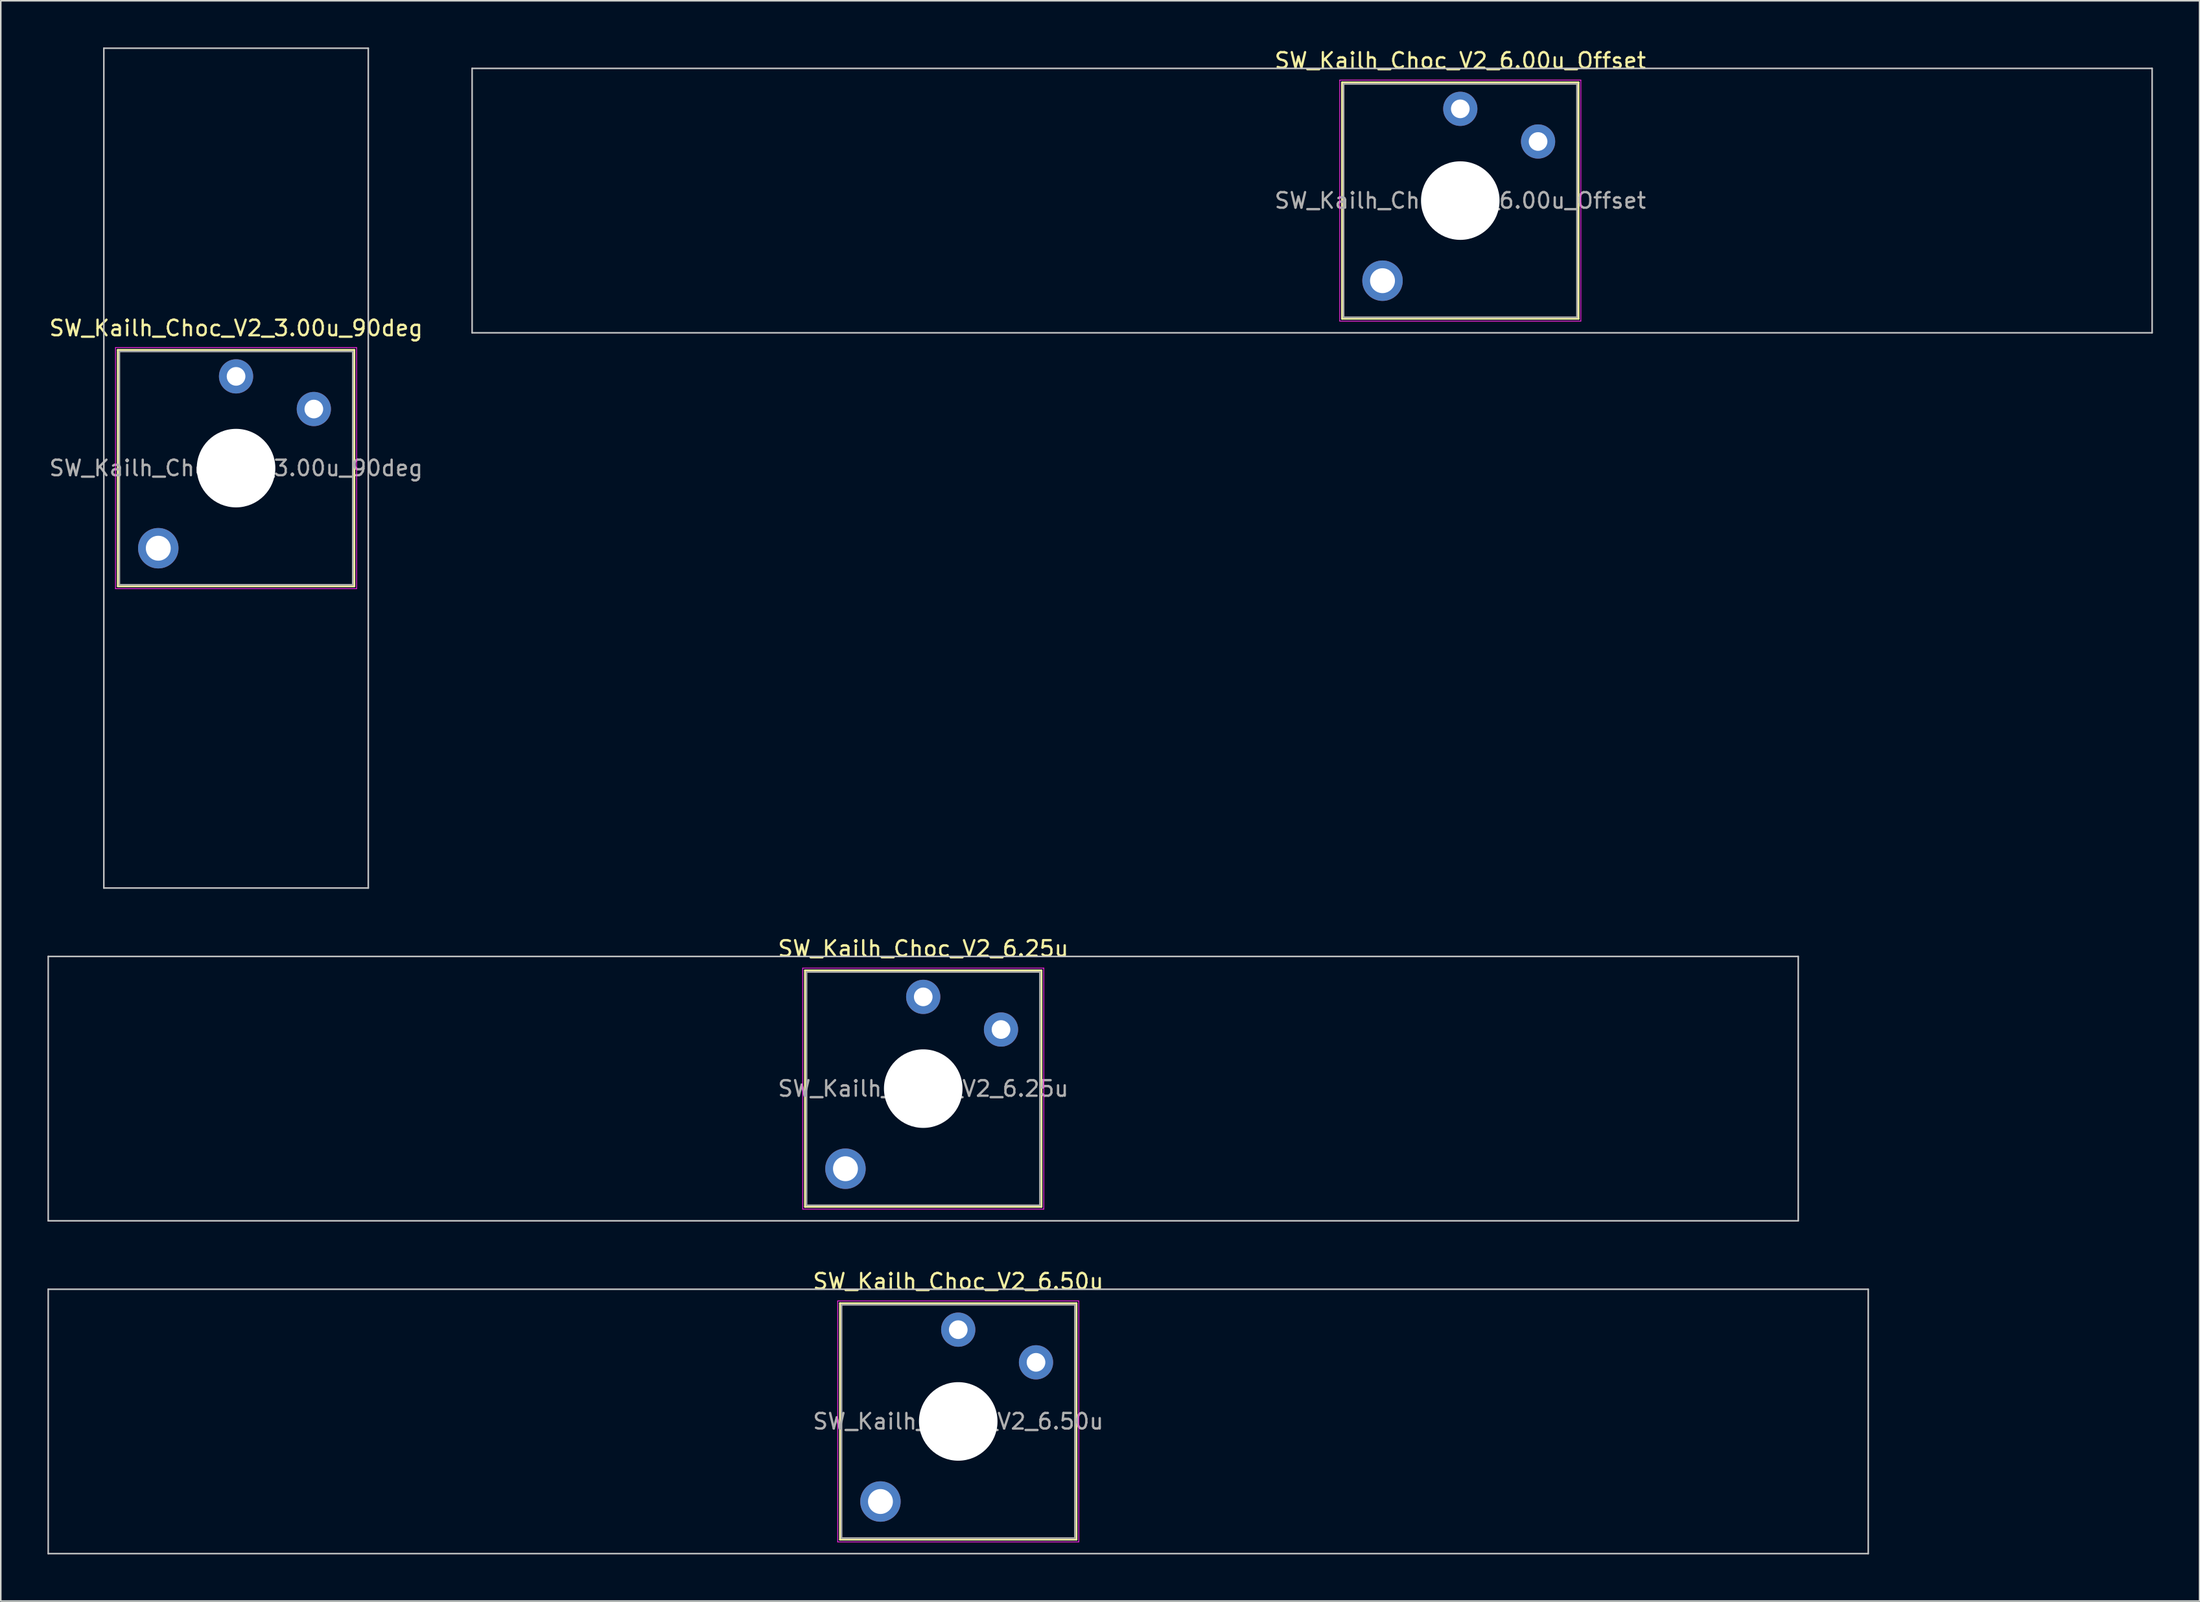
<source format=kicad_pcb>
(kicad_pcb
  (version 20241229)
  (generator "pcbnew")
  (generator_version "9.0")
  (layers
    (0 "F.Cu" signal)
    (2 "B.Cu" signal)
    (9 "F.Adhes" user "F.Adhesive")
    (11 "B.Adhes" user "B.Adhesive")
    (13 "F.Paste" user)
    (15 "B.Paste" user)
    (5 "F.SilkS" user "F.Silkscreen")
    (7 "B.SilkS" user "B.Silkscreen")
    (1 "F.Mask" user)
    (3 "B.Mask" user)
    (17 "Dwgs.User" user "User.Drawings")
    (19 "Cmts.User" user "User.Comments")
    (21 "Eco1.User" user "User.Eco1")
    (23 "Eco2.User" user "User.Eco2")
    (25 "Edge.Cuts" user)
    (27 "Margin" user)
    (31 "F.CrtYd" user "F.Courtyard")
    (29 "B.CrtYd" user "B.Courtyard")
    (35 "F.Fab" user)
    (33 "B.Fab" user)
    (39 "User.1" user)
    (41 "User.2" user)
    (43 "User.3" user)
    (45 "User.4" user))
  (footprint "SW_Kailh_Choc_V2_6.25u"
    (layer "F.Cu")
    (at 56.3 66.948)
    (property "Reference" "SW_Kailh_Choc_V2_6.25u" (at 0 -9 0) (layer "F.SilkS") (effects (font (size 1 1) (thickness 0.15))))
    (attr through_hole)
    (fp_line (start -7.6 -7.6) (end -7.6 7.6) (stroke (width 0.12) (type solid)) (layer "F.SilkS"))
    (fp_line (start -7.6 7.6) (end 7.6 7.6) (stroke (width 0.12) (type solid)) (layer "F.SilkS"))
    (fp_line (start 7.6 -7.6) (end -7.6 -7.6) (stroke (width 0.12) (type solid)) (layer "F.SilkS"))
    (fp_line (start 7.6 7.6) (end 7.6 -7.6) (stroke (width 0.12) (type solid)) (layer "F.SilkS"))
    (fp_line (start -56.25 -8.5) (end -56.25 8.5) (stroke (width 0.1) (type solid)) (layer "Dwgs.User"))
    (fp_line (start -56.25 8.5) (end 56.25 8.5) (stroke (width 0.1) (type solid)) (layer "Dwgs.User"))
    (fp_line (start 56.25 -8.5) (end -56.25 -8.5) (stroke (width 0.1) (type solid)) (layer "Dwgs.User"))
    (fp_line (start 56.25 8.5) (end 56.25 -8.5) (stroke (width 0.1) (type solid)) (layer "Dwgs.User"))
    (fp_line (start -7.25 -7.25) (end -7.25 7.25) (stroke (width 0.1) (type solid)) (layer "Eco1.User"))
    (fp_line (start -7.25 7.25) (end 7.25 7.25) (stroke (width 0.1) (type solid)) (layer "Eco1.User"))
    (fp_line (start 7.25 -7.25) (end -7.25 -7.25) (stroke (width 0.1) (type solid)) (layer "Eco1.User"))
    (fp_line (start 7.25 7.25) (end 7.25 -7.25) (stroke (width 0.1) (type solid)) (layer "Eco1.User"))
    (fp_line (start -7.75 -7.75) (end -7.75 7.75) (stroke (width 0.05) (type solid)) (layer "F.CrtYd"))
    (fp_line (start -7.75 7.75) (end 7.75 7.75) (stroke (width 0.05) (type solid)) (layer "F.CrtYd"))
    (fp_line (start 7.75 -7.75) (end -7.75 -7.75) (stroke (width 0.05) (type solid)) (layer "F.CrtYd"))
    (fp_line (start 7.75 7.75) (end 7.75 -7.75) (stroke (width 0.05) (type solid)) (layer "F.CrtYd"))
    (fp_line (start -7.5 -7.5) (end -7.5 7.5) (stroke (width 0.1) (type solid)) (layer "F.Fab"))
    (fp_line (start -7.5 7.5) (end 7.5 7.5) (stroke (width 0.1) (type solid)) (layer "F.Fab"))
    (fp_line (start 7.5 -7.5) (end -7.5 -7.5) (stroke (width 0.1) (type solid)) (layer "F.Fab"))
    (fp_line (start 7.5 7.5) (end 7.5 -7.5) (stroke (width 0.1) (type solid)) (layer "F.Fab"))
    (fp_text user "${REFERENCE}" (at 0 0 0) (layer "F.Fab") (effects (font (size 1 1) (thickness 0.15))))
    (pad "" smd circle (at -5 5.15) (size 1.65 1.65) (layers "F.Mask"))
    (pad "" thru_hole circle (at -5 5.15) (size 2.6 2.6) (drill 1.6) (layers "*.Cu" "B.Mask"))
    (pad "" smd circle (at 0 -5.9) (size 1.25 1.25) (layers "F.Mask"))
    (pad "" np_thru_hole circle (at 0 0) (size 5.05 5.05) (drill 5.05) (layers "*.Cu" "*.Mask"))
    (pad "" smd circle (at 5 -3.8) (size 1.25 1.25) (layers "F.Mask"))
    (pad "1" thru_hole circle (at 0 -5.9) (size 2.2 2.2) (drill 1.2) (layers "*.Cu" "B.Mask"))
    (pad "2" thru_hole circle (at 5 -3.8) (size 2.2 2.2) (drill 1.2) (layers "*.Cu" "B.Mask")))
  (footprint "SW_Kailh_Choc_V2_3.00u_90deg"
    (layer "F.Cu")
    (at 12.125 27.05)
    (property "Reference" "SW_Kailh_Choc_V2_3.00u_90deg" (at 0 -9 0) (layer "F.SilkS") (effects (font (size 1 1) (thickness 0.15))))
    (attr through_hole)
    (fp_line (start -7.6 -7.6) (end -7.6 7.6) (stroke (width 0.12) (type solid)) (layer "F.SilkS"))
    (fp_line (start -7.6 7.6) (end 7.6 7.6) (stroke (width 0.12) (type solid)) (layer "F.SilkS"))
    (fp_line (start 7.6 -7.6) (end -7.6 -7.6) (stroke (width 0.12) (type solid)) (layer "F.SilkS"))
    (fp_line (start 7.6 7.6) (end 7.6 -7.6) (stroke (width 0.12) (type solid)) (layer "F.SilkS"))
    (fp_line (start -8.5 -27) (end 8.5 -27) (stroke (width 0.1) (type solid)) (layer "Dwgs.User"))
    (fp_line (start -8.5 27) (end -8.5 -27) (stroke (width 0.1) (type solid)) (layer "Dwgs.User"))
    (fp_line (start 8.5 -27) (end 8.5 27) (stroke (width 0.1) (type solid)) (layer "Dwgs.User"))
    (fp_line (start 8.5 27) (end -8.5 27) (stroke (width 0.1) (type solid)) (layer "Dwgs.User"))
    (fp_line (start -7.25 -7.25) (end -7.25 7.25) (stroke (width 0.1) (type solid)) (layer "Eco1.User"))
    (fp_line (start -7.25 7.25) (end 7.25 7.25) (stroke (width 0.1) (type solid)) (layer "Eco1.User"))
    (fp_line (start 7.25 -7.25) (end -7.25 -7.25) (stroke (width 0.1) (type solid)) (layer "Eco1.User"))
    (fp_line (start 7.25 7.25) (end 7.25 -7.25) (stroke (width 0.1) (type solid)) (layer "Eco1.User"))
    (fp_line (start -7.75 -7.75) (end -7.75 7.75) (stroke (width 0.05) (type solid)) (layer "F.CrtYd"))
    (fp_line (start -7.75 7.75) (end 7.75 7.75) (stroke (width 0.05) (type solid)) (layer "F.CrtYd"))
    (fp_line (start 7.75 -7.75) (end -7.75 -7.75) (stroke (width 0.05) (type solid)) (layer "F.CrtYd"))
    (fp_line (start 7.75 7.75) (end 7.75 -7.75) (stroke (width 0.05) (type solid)) (layer "F.CrtYd"))
    (fp_line (start -7.5 -7.5) (end -7.5 7.5) (stroke (width 0.1) (type solid)) (layer "F.Fab"))
    (fp_line (start -7.5 7.5) (end 7.5 7.5) (stroke (width 0.1) (type solid)) (layer "F.Fab"))
    (fp_line (start 7.5 -7.5) (end -7.5 -7.5) (stroke (width 0.1) (type solid)) (layer "F.Fab"))
    (fp_line (start 7.5 7.5) (end 7.5 -7.5) (stroke (width 0.1) (type solid)) (layer "F.Fab"))
    (fp_text user "${REFERENCE}" (at 0 0 0) (layer "F.Fab") (effects (font (size 1 1) (thickness 0.15))))
    (pad "" smd circle (at -5 5.15) (size 1.65 1.65) (layers "F.Mask"))
    (pad "" thru_hole circle (at -5 5.15) (size 2.6 2.6) (drill 1.6) (layers "*.Cu" "B.Mask"))
    (pad "" smd circle (at 0 -5.9) (size 1.25 1.25) (layers "F.Mask"))
    (pad "" np_thru_hole circle (at 0 0) (size 5.05 5.05) (drill 5.05) (layers "*.Cu" "*.Mask"))
    (pad "" smd circle (at 5 -3.8) (size 1.25 1.25) (layers "F.Mask"))
    (pad "1" thru_hole circle (at 0 -5.9) (size 2.2 2.2) (drill 1.2) (layers "*.Cu" "B.Mask"))
    (pad "2" thru_hole circle (at 5 -3.8) (size 2.2 2.2) (drill 1.2) (layers "*.Cu" "B.Mask")))
  (footprint "SW_Kailh_Choc_V2_6.50u"
    (layer "F.Cu")
    (at 58.55 88.347)
    (property "Reference" "SW_Kailh_Choc_V2_6.50u" (at 0 -9 0) (layer "F.SilkS") (effects (font (size 1 1) (thickness 0.15))))
    (attr through_hole)
    (fp_line (start -7.6 -7.6) (end -7.6 7.6) (stroke (width 0.12) (type solid)) (layer "F.SilkS"))
    (fp_line (start -7.6 7.6) (end 7.6 7.6) (stroke (width 0.12) (type solid)) (layer "F.SilkS"))
    (fp_line (start 7.6 -7.6) (end -7.6 -7.6) (stroke (width 0.12) (type solid)) (layer "F.SilkS"))
    (fp_line (start 7.6 7.6) (end 7.6 -7.6) (stroke (width 0.12) (type solid)) (layer "F.SilkS"))
    (fp_line (start -58.5 -8.5) (end -58.5 8.5) (stroke (width 0.1) (type solid)) (layer "Dwgs.User"))
    (fp_line (start -58.5 8.5) (end 58.5 8.5) (stroke (width 0.1) (type solid)) (layer "Dwgs.User"))
    (fp_line (start 58.5 -8.5) (end -58.5 -8.5) (stroke (width 0.1) (type solid)) (layer "Dwgs.User"))
    (fp_line (start 58.5 8.5) (end 58.5 -8.5) (stroke (width 0.1) (type solid)) (layer "Dwgs.User"))
    (fp_line (start -7.25 -7.25) (end -7.25 7.25) (stroke (width 0.1) (type solid)) (layer "Eco1.User"))
    (fp_line (start -7.25 7.25) (end 7.25 7.25) (stroke (width 0.1) (type solid)) (layer "Eco1.User"))
    (fp_line (start 7.25 -7.25) (end -7.25 -7.25) (stroke (width 0.1) (type solid)) (layer "Eco1.User"))
    (fp_line (start 7.25 7.25) (end 7.25 -7.25) (stroke (width 0.1) (type solid)) (layer "Eco1.User"))
    (fp_line (start -7.75 -7.75) (end -7.75 7.75) (stroke (width 0.05) (type solid)) (layer "F.CrtYd"))
    (fp_line (start -7.75 7.75) (end 7.75 7.75) (stroke (width 0.05) (type solid)) (layer "F.CrtYd"))
    (fp_line (start 7.75 -7.75) (end -7.75 -7.75) (stroke (width 0.05) (type solid)) (layer "F.CrtYd"))
    (fp_line (start 7.75 7.75) (end 7.75 -7.75) (stroke (width 0.05) (type solid)) (layer "F.CrtYd"))
    (fp_line (start -7.5 -7.5) (end -7.5 7.5) (stroke (width 0.1) (type solid)) (layer "F.Fab"))
    (fp_line (start -7.5 7.5) (end 7.5 7.5) (stroke (width 0.1) (type solid)) (layer "F.Fab"))
    (fp_line (start 7.5 -7.5) (end -7.5 -7.5) (stroke (width 0.1) (type solid)) (layer "F.Fab"))
    (fp_line (start 7.5 7.5) (end 7.5 -7.5) (stroke (width 0.1) (type solid)) (layer "F.Fab"))
    (fp_text user "${REFERENCE}" (at 0 0 0) (layer "F.Fab") (effects (font (size 1 1) (thickness 0.15))))
    (pad "" smd circle (at -5 5.15) (size 1.65 1.65) (layers "F.Mask"))
    (pad "" thru_hole circle (at -5 5.15) (size 2.6 2.6) (drill 1.6) (layers "*.Cu" "B.Mask"))
    (pad "" smd circle (at 0 -5.9) (size 1.25 1.25) (layers "F.Mask"))
    (pad "" np_thru_hole circle (at 0 0) (size 5.05 5.05) (drill 5.05) (layers "*.Cu" "*.Mask"))
    (pad "" smd circle (at 5 -3.8) (size 1.25 1.25) (layers "F.Mask"))
    (pad "1" thru_hole circle (at 0 -5.9) (size 2.2 2.2) (drill 1.2) (layers "*.Cu" "B.Mask"))
    (pad "2" thru_hole circle (at 5 -3.8) (size 2.2 2.2) (drill 1.2) (layers "*.Cu" "B.Mask")))
  (footprint "SW_Kailh_Choc_V2_6.00u_Offset"
    (layer "F.Cu")
    (at 90.825 9.848)
    (property "Reference" "SW_Kailh_Choc_V2_6.00u_Offset" (at 0 -9 0) (layer "F.SilkS") (effects (font (size 1 1) (thickness 0.15))))
    (attr through_hole)
    (fp_line (start -7.6 -7.6) (end -7.6 7.6) (stroke (width 0.12) (type solid)) (layer "F.SilkS"))
    (fp_line (start -7.6 7.6) (end 7.6 7.6) (stroke (width 0.12) (type solid)) (layer "F.SilkS"))
    (fp_line (start 7.6 -7.6) (end -7.6 -7.6) (stroke (width 0.12) (type solid)) (layer "F.SilkS"))
    (fp_line (start 7.6 7.6) (end 7.6 -7.6) (stroke (width 0.12) (type solid)) (layer "F.SilkS"))
    (fp_line (start -63.525 -8.5) (end -63.525 8.5) (stroke (width 0.1) (type solid)) (layer "Dwgs.User"))
    (fp_line (start -63.525 8.5) (end 44.475 8.5) (stroke (width 0.1) (type solid)) (layer "Dwgs.User"))
    (fp_line (start 44.475 -8.5) (end -63.525 -8.5) (stroke (width 0.1) (type solid)) (layer "Dwgs.User"))
    (fp_line (start 44.475 8.5) (end 44.475 -8.5) (stroke (width 0.1) (type solid)) (layer "Dwgs.User"))
    (fp_line (start -7.25 -7.25) (end -7.25 7.25) (stroke (width 0.1) (type solid)) (layer "Eco1.User"))
    (fp_line (start -7.25 7.25) (end 7.25 7.25) (stroke (width 0.1) (type solid)) (layer "Eco1.User"))
    (fp_line (start 7.25 -7.25) (end -7.25 -7.25) (stroke (width 0.1) (type solid)) (layer "Eco1.User"))
    (fp_line (start 7.25 7.25) (end 7.25 -7.25) (stroke (width 0.1) (type solid)) (layer "Eco1.User"))
    (fp_line (start -7.75 -7.75) (end -7.75 7.75) (stroke (width 0.05) (type solid)) (layer "F.CrtYd"))
    (fp_line (start -7.75 7.75) (end 7.75 7.75) (stroke (width 0.05) (type solid)) (layer "F.CrtYd"))
    (fp_line (start 7.75 -7.75) (end -7.75 -7.75) (stroke (width 0.05) (type solid)) (layer "F.CrtYd"))
    (fp_line (start 7.75 7.75) (end 7.75 -7.75) (stroke (width 0.05) (type solid)) (layer "F.CrtYd"))
    (fp_line (start -7.5 -7.5) (end -7.5 7.5) (stroke (width 0.1) (type solid)) (layer "F.Fab"))
    (fp_line (start -7.5 7.5) (end 7.5 7.5) (stroke (width 0.1) (type solid)) (layer "F.Fab"))
    (fp_line (start 7.5 -7.5) (end -7.5 -7.5) (stroke (width 0.1) (type solid)) (layer "F.Fab"))
    (fp_line (start 7.5 7.5) (end 7.5 -7.5) (stroke (width 0.1) (type solid)) (layer "F.Fab"))
    (fp_text user "${REFERENCE}" (at 0 0 0) (layer "F.Fab") (effects (font (size 1 1) (thickness 0.15))))
    (pad "" smd circle (at -5 5.15) (size 1.65 1.65) (layers "F.Mask"))
    (pad "" thru_hole circle (at -5 5.15) (size 2.6 2.6) (drill 1.6) (layers "*.Cu" "B.Mask"))
    (pad "" smd circle (at 0 -5.9) (size 1.25 1.25) (layers "F.Mask"))
    (pad "" np_thru_hole circle (at 0 0) (size 5.05 5.05) (drill 5.05) (layers "*.Cu" "*.Mask"))
    (pad "" smd circle (at 5 -3.8) (size 1.25 1.25) (layers "F.Mask"))
    (pad "1" thru_hole circle (at 0 -5.9) (size 2.2 2.2) (drill 1.2) (layers "*.Cu" "B.Mask"))
    (pad "2" thru_hole circle (at 5 -3.8) (size 2.2 2.2) (drill 1.2) (layers "*.Cu" "B.Mask")))
  (gr_rect
    (start -3 -3)
    (end 138.35 99.897)
    (stroke (width 0.1) (type default))
    (fill no)
    (layer "Edge.Cuts")))
</source>
